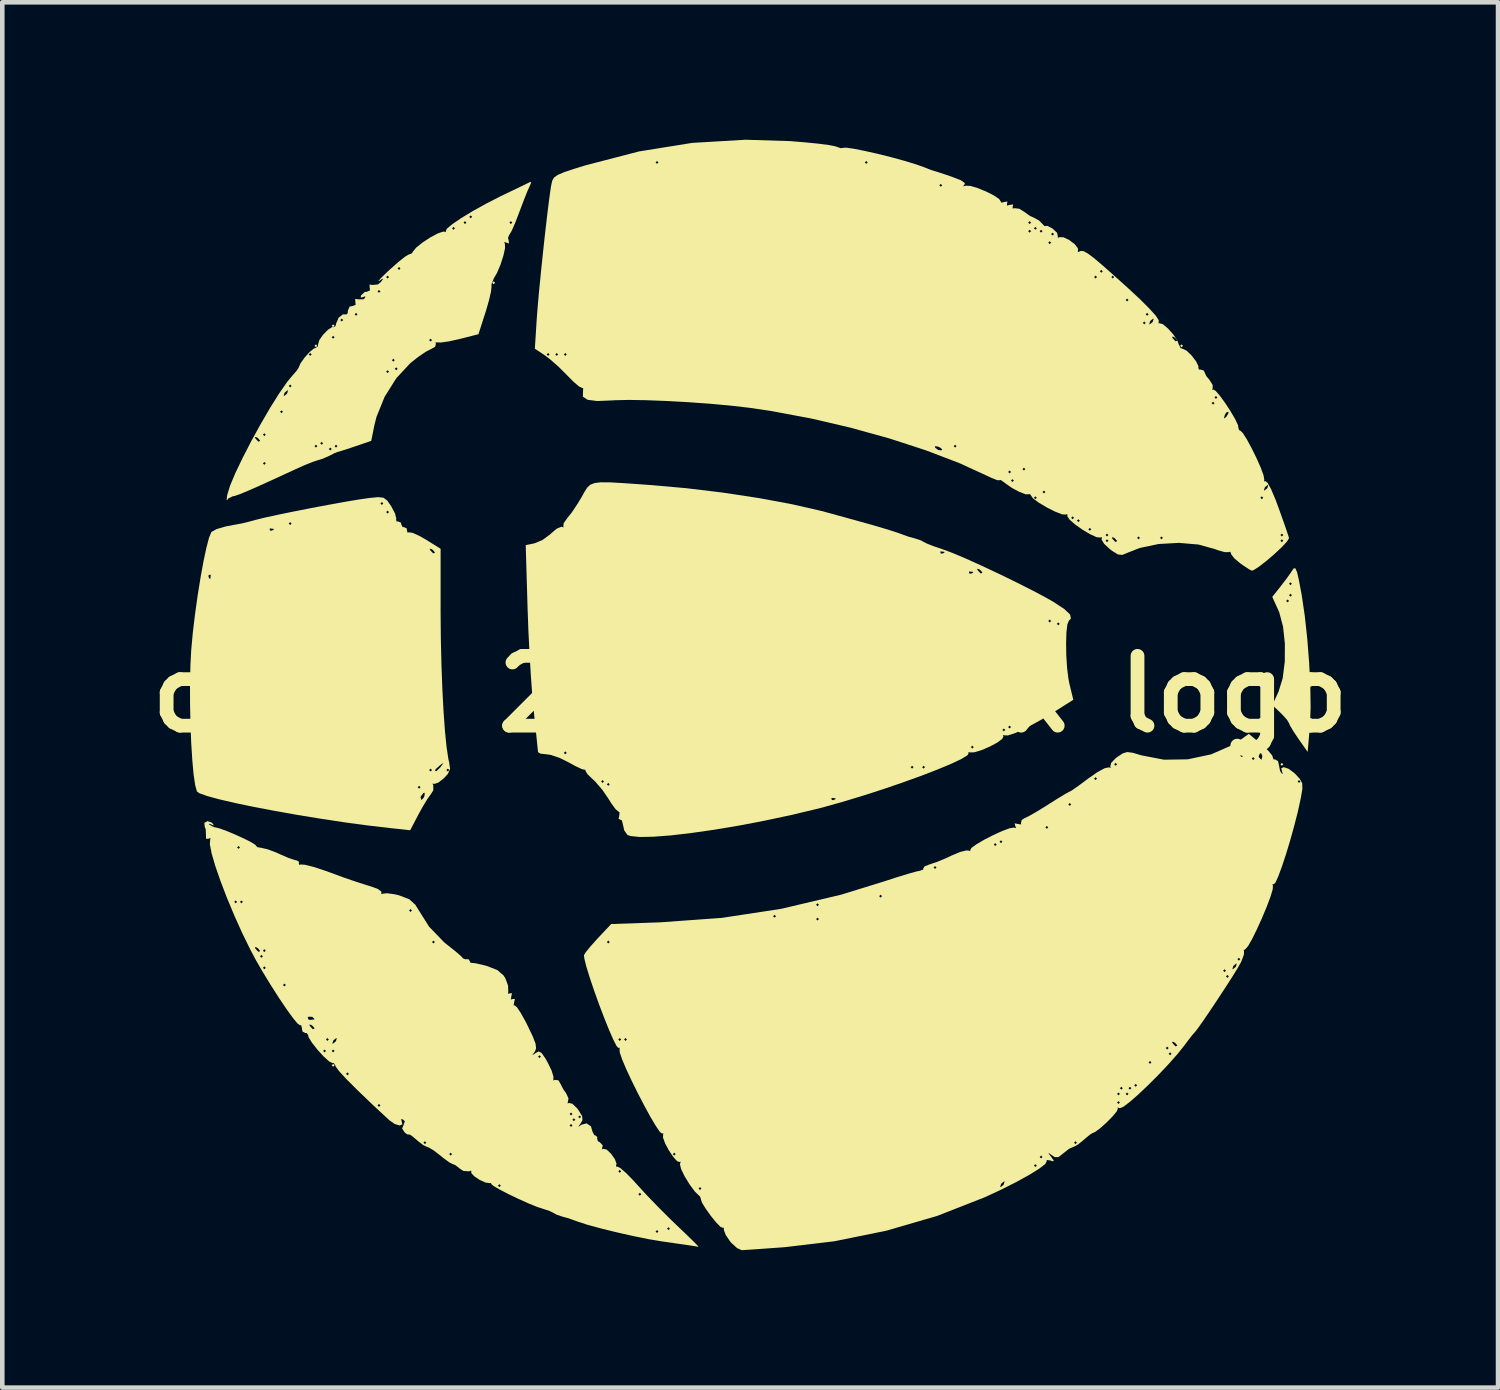
<source format=kicad_pcb>
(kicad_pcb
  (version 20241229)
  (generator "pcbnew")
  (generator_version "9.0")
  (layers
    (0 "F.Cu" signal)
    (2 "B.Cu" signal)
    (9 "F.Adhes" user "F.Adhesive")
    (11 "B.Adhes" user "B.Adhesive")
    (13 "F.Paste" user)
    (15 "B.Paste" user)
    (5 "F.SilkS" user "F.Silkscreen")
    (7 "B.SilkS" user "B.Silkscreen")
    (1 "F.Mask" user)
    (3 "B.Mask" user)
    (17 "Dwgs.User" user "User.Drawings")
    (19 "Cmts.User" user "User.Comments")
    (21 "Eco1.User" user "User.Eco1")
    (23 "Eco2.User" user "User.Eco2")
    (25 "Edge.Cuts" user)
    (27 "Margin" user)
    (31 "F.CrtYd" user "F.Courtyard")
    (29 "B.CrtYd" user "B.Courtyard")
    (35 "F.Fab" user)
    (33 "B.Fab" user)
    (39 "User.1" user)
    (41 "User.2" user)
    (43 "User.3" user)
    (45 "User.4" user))
  (footprint "circle 25x25 pwx logo"
    (layer "F.Cu")
    (at 13.324 12.1)
    (property "Reference" "circle 25x25 pwx logo" (at 0 0 0) (layer "F.SilkS") (effects (font (size 1.524 1.524) (thickness 0.3))))
    (attr board_only exclude_from_pos_files exclude_from_bom)
    (fp_poly (pts (xy -9.447 -7.601) (xy -9.478 -7.57) (xy -9.509 -7.601) (xy -9.478 -7.633)) (stroke (width 0) (type solid)) (fill yes) (layer "F.SilkS"))
    (fp_poly (pts (xy -9.071 -8.039) (xy -9.103 -8.008) (xy -9.134 -8.039) (xy -9.103 -8.07)) (stroke (width 0) (type solid)) (fill yes) (layer "F.SilkS"))
    (fp_poly (pts (xy -9.071 8.102) (xy -9.103 8.133) (xy -9.134 8.102) (xy -9.103 8.07)) (stroke (width 0) (type solid)) (fill yes) (layer "F.SilkS"))
    (fp_poly (pts (xy -5.568 -8.978) (xy -5.599 -8.946) (xy -5.631 -8.978) (xy -5.599 -9.009)) (stroke (width 0) (type solid)) (fill yes) (layer "F.SilkS"))
    (fp_poly (pts (xy 9.447 -7.601) (xy 9.416 -7.57) (xy 9.384 -7.601) (xy 9.416 -7.633)) (stroke (width 0) (type solid)) (fill yes) (layer "F.SilkS"))
    (fp_poly (pts (xy 11.636 1.533) (xy 11.605 1.564) (xy 11.574 1.533) (xy 11.605 1.501)) (stroke (width 0) (type solid)) (fill yes) (layer "F.SilkS"))
    (fp_poly (pts (xy 11.902 -2.741) (xy 11.938 -2.659) (xy 11.978 -2.483) (xy 12.031 -2.201) (xy 12.039 -2.158) (xy 12.105 -1.71) (xy 12.16 -1.206) (xy 12.201 -0.681) (xy 12.226 -0.17) (xy 12.233 0.291) (xy 12.22 0.67) (xy 12.217 0.709) (xy 12.168 1.262) (xy 11.965 0.973) (xy 11.854 0.807) (xy 11.78 0.681) (xy 11.762 0.635) (xy 11.72 0.565) (xy 11.617 0.449) (xy 11.58 0.413) (xy 11.398 0.239) (xy 11.533 -0.053) (xy 11.623 -0.344) (xy 11.669 -0.708) (xy 11.671 -1.1) (xy 11.631 -1.474) (xy 11.548 -1.785) (xy 11.53 -1.827) (xy 11.436 -2.033) (xy 11.699 -2.033) (xy 11.73 -2.002) (xy 11.762 -2.033) (xy 11.73 -2.065) (xy 11.699 -2.033) (xy 11.436 -2.033) (xy 11.396 -2.122) (xy 11.425 -2.158) (xy 11.762 -2.158) (xy 11.793 -2.127) (xy 11.824 -2.158) (xy 11.793 -2.19) (xy 11.762 -2.158) (xy 11.425 -2.158) (xy 11.584 -2.359) (xy 11.622 -2.409) (xy 11.762 -2.409) (xy 11.793 -2.377) (xy 11.824 -2.409) (xy 11.793 -2.44) (xy 11.762 -2.409) (xy 11.622 -2.409) (xy 11.708 -2.52) (xy 11.801 -2.652) (xy 11.825 -2.69) (xy 11.867 -2.747)) (stroke (width 0) (type solid)) (fill yes) (layer "F.SilkS"))
    (fp_poly (pts (xy -8.004 -4.286) (xy -7.924 -4.227) (xy -7.838 -4.104) (xy -7.834 -4.097) (xy -7.753 -3.945) (xy -7.724 -3.834) (xy -7.729 -3.812) (xy -7.718 -3.767) (xy -7.684 -3.768) (xy -7.619 -3.74) (xy -7.617 -3.707) (xy -7.586 -3.645) (xy -7.554 -3.644) (xy -7.494 -3.613) (xy -7.493 -3.577) (xy -7.477 -3.523) (xy -7.451 -3.531) (xy -7.371 -3.52) (xy -7.222 -3.454) (xy -7.075 -3.37) (xy -6.757 -3.172) (xy -6.757 -1.786) (xy -6.752 -1.219) (xy -6.739 -0.657) (xy -6.719 -0.119) (xy -6.693 0.375) (xy -6.662 0.808) (xy -6.626 1.161) (xy -6.588 1.414) (xy -6.572 1.48) (xy -6.55 1.628) (xy -6.597 1.742) (xy -6.689 1.841) (xy -6.811 1.934) (xy -6.9 1.962) (xy -6.912 1.956) (xy -6.934 1.954) (xy -6.917 1.99) (xy -6.916 2.099) (xy -6.965 2.178) (xy -7.045 2.289) (xy -7.153 2.469) (xy -7.241 2.628) (xy -7.421 2.972) (xy -7.855 2.925) (xy -8.334 2.869) (xy -8.84 2.801) (xy -9.358 2.723) (xy -9.873 2.639) (xy -10.368 2.551) (xy -10.83 2.463) (xy -11.241 2.378) (xy -11.587 2.297) (xy -11.739 2.256) (xy -7.195 2.256) (xy -7.174 2.313) (xy -7.128 2.263) (xy -7.108 2.218) (xy -7.104 2.153) (xy -7.133 2.159) (xy -7.192 2.239) (xy -7.195 2.256) (xy -11.739 2.256) (xy -11.851 2.225) (xy -12.02 2.165) (xy -12.075 2.127) (xy -12.101 2.033) (xy -7.257 2.033) (xy -7.226 2.065) (xy -7.195 2.033) (xy -7.226 2.002) (xy -7.257 2.033) (xy -12.101 2.033) (xy -12.113 1.992) (xy -12.148 1.755) (xy -12.157 1.658) (xy -7.007 1.658) (xy -6.976 1.689) (xy -6.952 1.666) (xy -6.882 1.666) (xy -6.851 1.684) (xy -6.824 1.658) (xy -6.632 1.658) (xy -6.6 1.689) (xy -6.569 1.658) (xy -6.6 1.627) (xy -6.632 1.658) (xy -6.824 1.658) (xy -6.768 1.604) (xy -6.749 1.58) (xy -6.695 1.506) (xy -6.727 1.521) (xy -6.772 1.556) (xy -6.859 1.633) (xy -6.882 1.666) (xy -6.952 1.666) (xy -6.944 1.658) (xy -6.976 1.627) (xy -7.007 1.658) (xy -12.157 1.658) (xy -12.177 1.435) (xy -12.201 1.056) (xy -12.217 0.639) (xy -12.226 0.205) (xy -12.227 -0.223) (xy -12.218 -0.624) (xy -12.2 -0.964) (xy -12.166 -1.335) (xy -12.118 -1.735) (xy -12.061 -2.143) (xy -11.998 -2.536) (xy -11.993 -2.565) (xy -11.824 -2.565) (xy -11.801 -2.514) (xy -11.782 -2.523) (xy -11.775 -2.598) (xy -11.782 -2.607) (xy -11.82 -2.598) (xy -11.824 -2.565) (xy -11.993 -2.565) (xy -11.933 -2.894) (xy -11.874 -3.173) (xy -6.997 -3.173) (xy -6.982 -3.138) (xy -6.919 -3.071) (xy -6.882 -3.084) (xy -6.882 -3.093) (xy -6.926 -3.146) (xy -6.954 -3.165) (xy -6.997 -3.173) (xy -11.874 -3.173) (xy -11.869 -3.194) (xy -11.811 -3.415) (xy -11.761 -3.535) (xy -11.757 -3.54) (xy -11.649 -3.6) (xy -11.624 -3.608) (xy -10.489 -3.608) (xy -10.481 -3.571) (xy -10.448 -3.566) (xy -10.396 -3.589) (xy -10.406 -3.608) (xy -10.48 -3.615) (xy -10.489 -3.608) (xy -11.624 -3.608) (xy -11.436 -3.662) (xy -11.136 -3.718) (xy -11.109 -3.722) (xy -10.072 -3.722) (xy -10.041 -3.691) (xy -10.01 -3.722) (xy -10.041 -3.754) (xy -10.072 -3.722) (xy -11.109 -3.722) (xy -11.105 -3.723) (xy -11.009 -3.745) (xy -10.846 -3.788) (xy -10.792 -3.803) (xy -10.604 -3.85) (xy -10.323 -3.911) (xy -10.025 -3.973) (xy -7.945 -3.973) (xy -7.914 -3.941) (xy -7.883 -3.973) (xy -7.914 -4.004) (xy -7.945 -3.973) (xy -10.025 -3.973) (xy -9.979 -3.982) (xy -9.6 -4.057) (xy -9.216 -4.129) (xy -9.046 -4.16) (xy -8.07 -4.16) (xy -8.039 -4.129) (xy -8.008 -4.16) (xy -8.039 -4.192) (xy -8.07 -4.16) (xy -9.046 -4.16) (xy -8.859 -4.194) (xy -8.556 -4.245) (xy -8.338 -4.277) (xy -8.321 -4.279) (xy -8.122 -4.299)) (stroke (width 0) (type solid)) (fill yes) (layer "F.SilkS"))
    (fp_poly (pts (xy -3.064 -4.622) (xy -2.785 -4.606) (xy -2.407 -4.58) (xy -2.19 -4.564) (xy -1.402 -4.495) (xy -0.604 -4.399) (xy 0.174 -4.281) (xy 0.9 -4.147) (xy 1.544 -4) (xy 1.752 -3.944) (xy 1.911 -3.9) (xy 2.149 -3.834) (xy 2.425 -3.758) (xy 2.545 -3.725) (xy 2.818 -3.647) (xy 3.064 -3.572) (xy 3.245 -3.513) (xy 3.295 -3.494) (xy 3.465 -3.433) (xy 3.592 -3.399) (xy 3.729 -3.354) (xy 3.78 -3.324) (xy 3.874 -3.278) (xy 4.045 -3.213) (xy 4.192 -3.164) (xy 4.406 -3.085) (xy 4.703 -2.96) (xy 5.055 -2.801) (xy 5.436 -2.622) (xy 5.818 -2.436) (xy 6.174 -2.256) (xy 6.477 -2.094) (xy 6.615 -2.015) (xy 6.855 -1.858) (xy 6.982 -1.738) (xy 7.001 -1.648) (xy 6.957 -1.603) (xy 6.924 -1.522) (xy 6.903 -1.347) (xy 6.896 -1.11) (xy 6.9 -0.842) (xy 6.917 -0.575) (xy 6.946 -0.339) (xy 6.966 -0.235) (xy 7.053 0.124) (xy 6.67 0.366) (xy 6.329 0.573) (xy 6.03 0.736) (xy 5.789 0.849) (xy 5.623 0.903) (xy 5.556 0.9) (xy 5.515 0.895) (xy 5.528 0.924) (xy 5.499 0.981) (xy 5.387 1.062) (xy 5.226 1.148) (xy 5.051 1.223) (xy 4.897 1.27) (xy 4.799 1.274) (xy 4.795 1.272) (xy 4.757 1.264) (xy 4.771 1.284) (xy 4.744 1.334) (xy 4.613 1.415) (xy 4.392 1.52) (xy 4.097 1.643) (xy 3.743 1.78) (xy 3.345 1.924) (xy 2.919 2.07) (xy 2.479 2.212) (xy 2.042 2.345) (xy 1.621 2.463) (xy 1.439 2.51) (xy 0.885 2.642) (xy 0.321 2.762) (xy -0.238 2.869) (xy -0.775 2.959) (xy -1.276 3.031) (xy -1.726 3.084) (xy -2.109 3.113) (xy -2.41 3.119) (xy -2.613 3.098) (xy -2.681 3.073) (xy -2.749 2.974) (xy -2.774 2.861) (xy -2.8 2.756) (xy -2.842 2.738) (xy -2.872 2.722) (xy -2.859 2.669) (xy -2.85 2.582) (xy -2.874 2.565) (xy -2.934 2.516) (xy -3.028 2.389) (xy -3.09 2.29) (xy -3.101 2.273) (xy 1.773 2.273) (xy 1.781 2.31) (xy 1.814 2.315) (xy 1.866 2.292) (xy 1.856 2.273) (xy 1.782 2.266) (xy 1.773 2.273) (xy -3.101 2.273) (xy -3.226 2.09) (xy -3.329 1.971) (xy -3.128 1.971) (xy -3.097 2.002) (xy -3.066 1.971) (xy -3.097 1.939) (xy -3.128 1.971) (xy -3.329 1.971) (xy -3.38 1.911) (xy -3.384 1.908) (xy -3.253 1.908) (xy -3.222 1.939) (xy -3.191 1.908) (xy -3.222 1.877) (xy -3.253 1.908) (xy -3.384 1.908) (xy -3.436 1.859) (xy -3.548 1.751) (xy -3.596 1.676) (xy -3.594 1.665) (xy -3.597 1.649) (xy -3.603 1.653) (xy -3.672 1.638) (xy -3.764 1.595) (xy 3.503 1.595) (xy 3.535 1.627) (xy 3.566 1.595) (xy 3.754 1.595) (xy 3.785 1.627) (xy 3.816 1.595) (xy 3.785 1.564) (xy 3.754 1.595) (xy 3.566 1.595) (xy 3.535 1.564) (xy 3.503 1.595) (xy -3.764 1.595) (xy -3.813 1.572) (xy -3.95 1.497) (xy -4.156 1.394) (xy -4.351 1.328) (xy -4.445 1.314) (xy -4.576 1.3) (xy -4.605 1.283) (xy -4.067 1.283) (xy -4.035 1.314) (xy -4.004 1.283) (xy -4.035 1.251) (xy -4.067 1.283) (xy -4.605 1.283) (xy -4.631 1.267) (xy -4.638 1.191) (xy -4.642 1.157) (xy 4.817 1.157) (xy 4.849 1.189) (xy 4.88 1.157) (xy 4.849 1.126) (xy 4.817 1.157) (xy -4.642 1.157) (xy -4.656 1.014) (xy -4.68 0.782) (xy 5.505 0.782) (xy 5.537 0.813) (xy 5.568 0.782) (xy 5.537 0.751) (xy 5.505 0.782) (xy -4.68 0.782) (xy -4.682 0.761) (xy -4.687 0.719) (xy 5.631 0.719) (xy 5.662 0.751) (xy 5.693 0.719) (xy 5.662 0.688) (xy 5.631 0.719) (xy -4.687 0.719) (xy -4.715 0.454) (xy -4.726 0.344) (xy -4.758 -0.000389) (xy -4.789 -0.433) (xy -4.817 -0.916) (xy -4.842 -1.412) (xy -4.846 -1.533) (xy 6.694 -1.533) (xy 6.725 -1.501) (xy 6.757 -1.533) (xy 6.725 -1.564) (xy 6.694 -1.533) (xy -4.846 -1.533) (xy -4.848 -1.595) (xy 6.506 -1.595) (xy 6.538 -1.564) (xy 6.569 -1.595) (xy 6.538 -1.627) (xy 6.506 -1.595) (xy -4.848 -1.595) (xy -4.859 -1.885) (xy -4.859 -1.892) (xy -4.882 -2.669) (xy 4.776 -2.669) (xy 4.784 -2.632) (xy 4.817 -2.628) (xy 4.869 -2.65) (xy 4.859 -2.669) (xy 4.785 -2.677) (xy 4.776 -2.669) (xy -4.882 -2.669) (xy -4.884 -2.735) (xy 4.952 -2.735) (xy 4.968 -2.7) (xy 5.031 -2.633) (xy 5.067 -2.646) (xy 5.067 -2.655) (xy 5.023 -2.708) (xy 4.995 -2.727) (xy 4.952 -2.735) (xy -4.884 -2.735) (xy -4.895 -3.107) (xy 4.15 -3.107) (xy 4.159 -3.07) (xy 4.192 -3.066) (xy 4.243 -3.088) (xy 4.233 -3.107) (xy 4.159 -3.115) (xy 4.15 -3.107) (xy -4.895 -3.107) (xy -4.899 -3.252) (xy -4.707 -3.291) (xy -4.534 -3.363) (xy -4.364 -3.488) (xy -4.344 -3.508) (xy -4.22 -3.612) (xy -4.122 -3.652) (xy -4.104 -3.648) (xy -4.066 -3.639) (xy -4.078 -3.656) (xy -4.071 -3.73) (xy -3.994 -3.839) (xy -3.892 -3.967) (xy -3.765 -4.158) (xy -3.679 -4.301) (xy -3.613 -4.42) (xy -3.556 -4.508) (xy -3.491 -4.569) (xy -3.399 -4.606) (xy -3.263 -4.623)) (stroke (width 0) (type solid)) (fill yes) (layer "F.SilkS"))
    (fp_poly (pts (xy -4.78 -11.162) (xy -4.809 -11.096) (xy -4.86 -10.983) (xy -4.937 -10.79) (xy -5.026 -10.555) (xy -5.043 -10.51) (xy -5.128 -10.288) (xy -5.203 -10.118) (xy -5.254 -10.028) (xy -5.262 -10.021) (xy -5.285 -9.956) (xy -5.272 -9.902) (xy -5.264 -9.835) (xy -5.317 -9.853) (xy -5.37 -9.87) (xy -5.354 -9.83) (xy -5.35 -9.734) (xy -5.387 -9.568) (xy -5.45 -9.372) (xy -5.527 -9.191) (xy -5.594 -9.077) (xy -5.646 -8.947) (xy -5.646 -8.89) (xy -5.657 -8.785) (xy -5.7 -8.599) (xy -5.766 -8.368) (xy -5.781 -8.322) (xy -5.931 -7.855) (xy -6.356 -7.747) (xy -6.576 -7.699) (xy -6.749 -7.674) (xy -6.84 -7.677) (xy -6.841 -7.677) (xy -6.872 -7.673) (xy -6.859 -7.647) (xy -6.877 -7.58) (xy -6.959 -7.535) (xy -7.08 -7.473) (xy -7.253 -7.354) (xy -7.418 -7.223) (xy -7.724 -6.895) (xy -7.979 -6.489) (xy -8.157 -6.048) (xy -8.203 -5.865) (xy -8.271 -5.527) (xy -8.624 -5.407) (xy -8.818 -5.342) (xy -8.958 -5.298) (xy -9.009 -5.284) (xy -9.082 -5.255) (xy -9.176 -5.206) (xy -9.331 -5.137) (xy -9.426 -5.108) (xy -9.541 -5.071) (xy -9.725 -4.997) (xy -9.916 -4.912) (xy -10.365 -4.705) (xy -10.712 -4.547) (xy -10.969 -4.434) (xy -11.146 -4.361) (xy -11.254 -4.324) (xy -11.296 -4.317) (xy -11.393 -4.268) (xy -11.413 -4.239) (xy -11.428 -4.235) (xy -11.417 -4.33) (xy -11.414 -4.348) (xy -11.354 -4.545) (xy -11.238 -4.822) (xy -11.135 -5.036) (xy -10.635 -5.036) (xy -10.604 -5.005) (xy -10.573 -5.036) (xy -10.604 -5.067) (xy -10.635 -5.036) (xy -11.135 -5.036) (xy -11.079 -5.154) (xy -10.978 -5.349) (xy -9.197 -5.349) (xy -9.165 -5.318) (xy -9.134 -5.349) (xy -9.165 -5.38) (xy -9.197 -5.349) (xy -10.978 -5.349) (xy -10.946 -5.412) (xy -9.509 -5.412) (xy -9.478 -5.38) (xy -9.447 -5.412) (xy -9.071 -5.412) (xy -9.04 -5.38) (xy -9.009 -5.412) (xy -9.04 -5.443) (xy -9.071 -5.412) (xy -9.447 -5.412) (xy -9.478 -5.443) (xy -9.509 -5.412) (xy -10.946 -5.412) (xy -10.914 -5.474) (xy -9.384 -5.474) (xy -9.353 -5.443) (xy -9.322 -5.474) (xy -9.353 -5.505) (xy -9.384 -5.474) (xy -10.914 -5.474) (xy -10.891 -5.519) (xy -10.839 -5.613) (xy -10.813 -5.613) (xy -10.798 -5.578) (xy -10.735 -5.51) (xy -10.699 -5.524) (xy -10.698 -5.533) (xy -10.742 -5.586) (xy -10.77 -5.605) (xy -10.813 -5.613) (xy -10.839 -5.613) (xy -10.812 -5.662) (xy -10.635 -5.662) (xy -10.604 -5.631) (xy -10.573 -5.662) (xy -10.604 -5.693) (xy -10.635 -5.662) (xy -10.812 -5.662) (xy -10.686 -5.891) (xy -10.528 -6.162) (xy -10.26 -6.162) (xy -10.229 -6.131) (xy -10.198 -6.162) (xy -10.229 -6.194) (xy -10.26 -6.162) (xy -10.528 -6.162) (xy -10.479 -6.247) (xy -10.314 -6.51) (xy -10.182 -6.51) (xy -10.174 -6.506) (xy -10.117 -6.55) (xy -10.104 -6.569) (xy -10.088 -6.627) (xy -10.096 -6.632) (xy -10.153 -6.587) (xy -10.166 -6.569) (xy -10.182 -6.51) (xy -10.314 -6.51) (xy -10.282 -6.561) (xy -10.167 -6.725) (xy -10.072 -6.725) (xy -10.041 -6.694) (xy -10.01 -6.725) (xy -10.041 -6.757) (xy -10.072 -6.725) (xy -10.167 -6.725) (xy -10.108 -6.811) (xy -9.999 -6.943) (xy -9.916 -7.038) (xy -7.945 -7.038) (xy -7.914 -7.007) (xy -7.883 -7.038) (xy -7.914 -7.069) (xy -7.945 -7.038) (xy -9.916 -7.038) (xy -9.901 -7.056) (xy -9.871 -7.101) (xy -7.758 -7.101) (xy -7.726 -7.069) (xy -7.695 -7.101) (xy -7.726 -7.132) (xy -7.758 -7.101) (xy -9.871 -7.101) (xy -9.854 -7.127) (xy -9.853 -7.131) (xy -9.815 -7.22) (xy -9.766 -7.288) (xy -7.82 -7.288) (xy -7.789 -7.257) (xy -7.758 -7.288) (xy -7.789 -7.32) (xy -7.82 -7.288) (xy -9.766 -7.288) (xy -9.725 -7.346) (xy -9.664 -7.414) (xy -9.634 -7.414) (xy -9.603 -7.382) (xy -9.572 -7.414) (xy -9.603 -7.445) (xy -9.634 -7.414) (xy -9.664 -7.414) (xy -9.615 -7.467) (xy -9.522 -7.544) (xy -9.49 -7.553) (xy -9.434 -7.589) (xy -9.431 -7.637) (xy -9.404 -7.726) (xy -7.007 -7.726) (xy -6.976 -7.695) (xy -6.944 -7.726) (xy -6.976 -7.758) (xy -7.007 -7.726) (xy -9.404 -7.726) (xy -9.403 -7.729) (xy -9.361 -7.789) (xy -9.134 -7.789) (xy -9.103 -7.758) (xy -9.071 -7.789) (xy -9.103 -7.82) (xy -9.134 -7.789) (xy -9.361 -7.789) (xy -9.32 -7.846) (xy -9.216 -7.952) (xy -9.124 -8.011) (xy -9.088 -8.008) (xy -9.052 -8.032) (xy -9.035 -8.095) (xy -9.004 -8.164) (xy -8.946 -8.164) (xy -8.915 -8.133) (xy -8.884 -8.164) (xy -8.915 -8.196) (xy -8.946 -8.164) (xy -9.004 -8.164) (xy -8.981 -8.217) (xy -8.889 -8.289) (xy -8.816 -8.286) (xy -8.812 -8.289) (xy -8.633 -8.289) (xy -8.602 -8.258) (xy -8.571 -8.289) (xy -8.602 -8.321) (xy -8.633 -8.289) (xy -8.812 -8.289) (xy -8.784 -8.313) (xy -8.781 -8.368) (xy -8.743 -8.458) (xy -8.685 -8.469) (xy -8.611 -8.497) (xy -8.618 -8.558) (xy -8.621 -8.626) (xy -8.553 -8.616) (xy -8.444 -8.616) (xy -8.407 -8.646) (xy -8.402 -8.685) (xy -8.444 -8.666) (xy -8.501 -8.655) (xy -8.494 -8.703) (xy -8.414 -8.776) (xy -8.366 -8.782) (xy -8.348 -8.79) (xy -8.133 -8.79) (xy -8.102 -8.759) (xy -8.07 -8.79) (xy -8.102 -8.821) (xy -8.133 -8.79) (xy -8.348 -8.79) (xy -8.297 -8.812) (xy -8.305 -8.871) (xy -8.308 -8.939) (xy -8.242 -8.93) (xy -8.124 -8.942) (xy -8.059 -8.997) (xy -8.009 -9.067) (xy -8.043 -9.056) (xy -8.102 -9.017) (xy -8.118 -9.016) (xy -8.054 -9.085) (xy -8.036 -9.103) (xy -7.945 -9.103) (xy -7.914 -9.071) (xy -7.883 -9.103) (xy -7.914 -9.134) (xy -7.945 -9.103) (xy -8.036 -9.103) (xy -7.925 -9.211) (xy -7.853 -9.278) (xy -7.838 -9.29) (xy -7.695 -9.29) (xy -7.664 -9.259) (xy -7.633 -9.29) (xy -7.664 -9.322) (xy -7.695 -9.29) (xy -7.838 -9.29) (xy -7.675 -9.435) (xy -7.532 -9.548) (xy -7.447 -9.598) (xy -7.437 -9.598) (xy -7.382 -9.622) (xy -7.363 -9.656) (xy -7.291 -9.744) (xy -7.153 -9.855) (xy -6.985 -9.966) (xy -6.822 -10.053) (xy -6.702 -10.095) (xy -6.67 -10.092) (xy -6.633 -10.084) (xy -6.646 -10.103) (xy -6.62 -10.159) (xy -6.611 -10.166) (xy -6.506 -10.166) (xy -6.475 -10.135) (xy -6.444 -10.166) (xy -6.475 -10.198) (xy -6.506 -10.166) (xy -6.611 -10.166) (xy -6.501 -10.258) (xy -6.452 -10.291) (xy -6.256 -10.291) (xy -6.225 -10.26) (xy -6.194 -10.291) (xy -5.255 -10.291) (xy -5.224 -10.26) (xy -5.193 -10.291) (xy -5.224 -10.323) (xy -5.255 -10.291) (xy -6.194 -10.291) (xy -6.225 -10.323) (xy -6.256 -10.291) (xy -6.452 -10.291) (xy -6.306 -10.39) (xy -6.262 -10.417) (xy -6.131 -10.417) (xy -6.1 -10.385) (xy -6.068 -10.417) (xy -6.1 -10.448) (xy -6.131 -10.417) (xy -6.262 -10.417) (xy -6.054 -10.543) (xy -5.763 -10.705) (xy -5.452 -10.864) (xy -5.349 -10.914) (xy -5.119 -11.024) (xy -4.932 -11.114) (xy -4.817 -11.171) (xy -4.797 -11.182)) (stroke (width 0) (type solid)) (fill yes) (layer "F.SilkS"))
    (fp_poly (pts (xy -11.757 2.802) (xy -11.74 2.817) (xy -11.702 2.869) (xy -11.762 2.846) (xy -11.818 2.827) (xy -11.804 2.851) (xy -11.7 2.906) (xy -11.679 2.908) (xy -11.581 2.932) (xy -11.419 2.991) (xy -11.227 3.072) (xy -11.037 3.159) (xy -10.882 3.238) (xy -10.795 3.294) (xy -10.788 3.309) (xy -10.754 3.342) (xy -10.673 3.355) (xy -10.534 3.387) (xy -10.345 3.458) (xy -10.261 3.496) (xy -10.082 3.574) (xy -9.941 3.622) (xy -9.901 3.629) (xy -9.845 3.662) (xy -9.853 3.69) (xy -9.844 3.727) (xy -9.806 3.719) (xy -9.713 3.726) (xy -9.534 3.771) (xy -9.301 3.847) (xy -9.161 3.897) (xy -8.876 4.002) (xy -8.596 4.098) (xy -8.369 4.171) (xy -8.306 4.189) (xy -8.136 4.249) (xy -8.052 4.308) (xy -8.05 4.334) (xy -8.049 4.369) (xy -8.022 4.357) (xy -7.926 4.347) (xy -7.758 4.37) (xy -7.662 4.393) (xy -7.439 4.479) (xy -7.306 4.601) (xy -7.282 4.642) (xy -7.006 5.08) (xy -6.672 5.425) (xy -6.587 5.492) (xy -6.424 5.621) (xy -6.307 5.723) (xy -6.266 5.769) (xy -6.206 5.792) (xy -6.188 5.784) (xy -6.135 5.794) (xy -6.131 5.815) (xy -6.098 5.868) (xy -6.084 5.867) (xy -6.001 5.874) (xy -5.842 5.91) (xy -5.737 5.938) (xy -5.517 6.024) (xy -5.382 6.142) (xy -5.341 6.208) (xy -5.285 6.362) (xy -5.28 6.481) (xy -5.281 6.484) (xy -5.283 6.544) (xy -5.244 6.531) (xy -5.198 6.529) (xy -5.213 6.593) (xy -5.223 6.667) (xy -5.181 6.656) (xy -5.135 6.654) (xy -5.15 6.718) (xy -5.163 6.793) (xy -5.141 6.795) (xy -5.093 6.832) (xy -5.008 6.959) (xy -4.9 7.152) (xy -4.858 7.236) (xy -4.744 7.475) (xy -4.684 7.632) (xy -4.672 7.733) (xy -4.699 7.803) (xy -4.705 7.811) (xy -4.755 7.88) (xy -4.717 7.86) (xy -4.683 7.834) (xy -4.615 7.8) (xy -4.552 7.834) (xy -4.469 7.954) (xy -4.418 8.044) (xy -4.334 8.218) (xy -4.293 8.353) (xy -4.296 8.4) (xy -4.296 8.435) (xy -4.263 8.42) (xy -4.186 8.43) (xy -4.15 8.489) (xy -4.075 8.632) (xy -4.02 8.708) (xy -3.966 8.822) (xy -3.976 8.889) (xy -3.987 8.937) (xy -3.956 8.924) (xy -3.88 8.942) (xy -3.778 9.04) (xy -3.753 9.073) (xy -3.668 9.21) (xy -3.66 9.301) (xy -3.701 9.371) (xy -3.753 9.443) (xy -3.721 9.428) (xy -3.687 9.401) (xy -3.569 9.37) (xy -3.474 9.436) (xy -3.441 9.553) (xy -3.4 9.628) (xy -3.375 9.634) (xy -3.335 9.672) (xy -3.343 9.69) (xy -3.326 9.756) (xy -3.28 9.784) (xy -3.218 9.85) (xy -3.228 9.894) (xy -3.235 9.938) (xy -3.205 9.925) (xy -3.132 9.942) (xy -3.038 10.031) (xy -2.955 10.148) (xy -2.916 10.251) (xy -2.927 10.288) (xy -2.926 10.317) (xy -2.902 10.312) (xy -2.832 10.347) (xy -2.705 10.457) (xy -2.544 10.622) (xy -2.476 10.698) (xy -2.271 10.922) (xy -2.015 11.188) (xy -1.747 11.456) (xy -1.608 11.59) (xy -1.407 11.781) (xy -1.249 11.935) (xy -1.15 12.035) (xy -1.126 12.066) (xy -1.205 12.051) (xy -1.314 12.034) (xy -1.452 12.014) (xy -1.669 11.983) (xy -1.92 11.947) (xy -1.939 11.944) (xy -2.225 11.896) (xy -2.564 11.827) (xy -2.922 11.746) (xy -2.986 11.73) (xy -2.065 11.73) (xy -2.033 11.762) (xy -2.002 11.73) (xy -2.033 11.699) (xy -2.065 11.73) (xy -2.986 11.73) (xy -3.239 11.668) (xy -1.814 11.668) (xy -1.783 11.699) (xy -1.752 11.668) (xy -1.783 11.636) (xy -1.814 11.668) (xy -3.239 11.668) (xy -3.265 11.661) (xy -3.559 11.581) (xy -3.77 11.512) (xy -3.797 11.502) (xy -3.967 11.441) (xy -4.093 11.407) (xy -4.229 11.361) (xy -4.281 11.331) (xy -4.39 11.277) (xy -4.508 11.24) (xy -4.646 11.195) (xy -4.838 11.117) (xy -5.056 11.019) (xy -5.269 10.917) (xy -2.44 10.917) (xy -2.409 10.948) (xy -2.377 10.917) (xy -2.409 10.886) (xy -2.44 10.917) (xy -5.269 10.917) (xy -5.274 10.915) (xy -5.464 10.816) (xy -5.601 10.737) (xy -5.61 10.729) (xy -5.505 10.729) (xy -5.474 10.761) (xy -5.443 10.729) (xy -5.474 10.698) (xy -5.505 10.729) (xy -5.61 10.729) (xy -5.656 10.69) (xy -5.654 10.685) (xy -5.648 10.67) (xy -5.679 10.675) (xy -5.776 10.662) (xy -5.904 10.604) (xy -6.021 10.526) (xy -6.088 10.454) (xy -6.086 10.423) (xy -6.088 10.417) (xy -2.878 10.417) (xy -2.847 10.448) (xy -2.815 10.417) (xy -2.847 10.385) (xy -2.878 10.417) (xy -6.088 10.417) (xy -6.092 10.403) (xy -6.141 10.417) (xy -6.26 10.408) (xy -6.337 10.358) (xy -6.438 10.279) (xy -6.489 10.26) (xy -6.565 10.223) (xy -6.695 10.128) (xy -6.759 10.075) (xy -6.803 10.041) (xy -6.569 10.041) (xy -6.538 10.072) (xy -6.506 10.041) (xy -6.538 10.01) (xy -6.569 10.041) (xy -6.803 10.041) (xy -6.904 9.963) (xy -7.017 9.895) (xy -7.045 9.887) (xy -7.133 9.846) (xy -7.205 9.791) (xy -7.132 9.791) (xy -7.101 9.822) (xy -7.069 9.791) (xy -7.101 9.76) (xy -7.132 9.791) (xy -7.205 9.791) (xy -7.26 9.749) (xy -7.279 9.731) (xy -7.386 9.641) (xy -7.442 9.61) (xy -7.445 9.614) (xy -7.484 9.611) (xy -7.539 9.571) (xy -7.598 9.48) (xy -7.569 9.416) (xy -3.941 9.416) (xy -3.91 9.447) (xy -3.879 9.416) (xy -3.91 9.384) (xy -3.941 9.416) (xy -7.569 9.416) (xy -7.568 9.413) (xy -7.538 9.326) (xy -7.573 9.29) (xy -3.879 9.29) (xy -3.848 9.322) (xy -3.816 9.29) (xy -3.848 9.259) (xy -3.879 9.29) (xy -7.573 9.29) (xy -7.577 9.286) (xy -7.623 9.276) (xy -7.61 9.308) (xy -7.591 9.39) (xy -7.651 9.416) (xy -7.759 9.383) (xy -7.871 9.305) (xy -7.955 9.228) (xy -3.754 9.228) (xy -3.722 9.259) (xy -3.691 9.228) (xy -3.722 9.197) (xy -3.754 9.228) (xy -7.955 9.228) (xy -8.022 9.165) (xy -3.941 9.165) (xy -3.91 9.197) (xy -3.879 9.165) (xy -3.91 9.134) (xy -3.941 9.165) (xy -8.022 9.165) (xy -8.224 8.978) (xy -8.133 8.978) (xy -8.102 9.009) (xy -8.07 8.978) (xy -8.102 8.946) (xy -8.133 8.978) (xy -8.224 8.978) (xy -8.248 8.955) (xy -8.561 8.656) (xy -8.803 8.414) (xy -8.919 8.289) (xy -8.821 8.289) (xy -8.79 8.321) (xy -8.759 8.289) (xy -8.79 8.258) (xy -8.821 8.289) (xy -8.919 8.289) (xy -8.967 8.237) (xy -9.047 8.131) (xy -9.053 8.109) (xy -9.087 8.054) (xy -9.116 8.054) (xy -9.192 8.017) (xy -9.305 7.914) (xy -4.63 7.914) (xy -4.598 7.945) (xy -4.567 7.914) (xy -4.598 7.883) (xy -4.63 7.914) (xy -9.305 7.914) (xy -9.31 7.909) (xy -9.42 7.789) (xy -9.322 7.789) (xy -9.29 7.82) (xy -9.259 7.789) (xy -9.134 7.789) (xy -9.103 7.82) (xy -9.071 7.789) (xy -9.103 7.758) (xy -9.134 7.789) (xy -9.259 7.789) (xy -9.29 7.758) (xy -9.322 7.789) (xy -9.42 7.789) (xy -9.443 7.764) (xy -9.55 7.628) (xy -9.119 7.628) (xy -9.11 7.633) (xy -9.053 7.588) (xy -9.04 7.57) (xy -9.024 7.511) (xy -9.033 7.507) (xy -9.09 7.551) (xy -9.103 7.57) (xy -9.119 7.628) (xy -9.55 7.628) (xy -9.562 7.614) (xy -9.608 7.539) (xy -9.259 7.539) (xy -9.228 7.57) (xy -9.197 7.539) (xy -9.228 7.507) (xy -9.259 7.539) (xy -9.608 7.539) (xy -9.638 7.492) (xy -9.65 7.439) (xy -9.682 7.397) (xy -9.713 7.398) (xy -9.774 7.362) (xy -9.782 7.305) (xy -9.798 7.229) (xy -9.825 7.228) (xy -9.848 7.213) (xy -9.624 7.213) (xy -9.609 7.247) (xy -9.546 7.315) (xy -9.51 7.301) (xy -9.509 7.292) (xy -9.554 7.239) (xy -9.582 7.22) (xy -9.624 7.213) (xy -9.848 7.213) (xy -9.879 7.192) (xy -9.982 7.067) (xy -9.988 7.058) (xy -9.659 7.058) (xy -9.64 7.105) (xy -9.6 7.111) (xy -9.519 7.102) (xy -9.509 7.094) (xy -9.556 7.045) (xy -9.636 7.041) (xy -9.659 7.058) (xy -9.988 7.058) (xy -10.122 6.873) (xy -10.286 6.63) (xy -10.46 6.357) (xy -10.465 6.35) (xy -10.198 6.35) (xy -10.166 6.381) (xy -10.135 6.35) (xy -10.166 6.319) (xy -10.198 6.35) (xy -10.465 6.35) (xy -10.633 6.074) (xy -10.691 5.975) (xy -10.635 5.975) (xy -10.604 6.006) (xy -10.573 5.975) (xy -10.604 5.943) (xy -10.635 5.975) (xy -10.691 5.975) (xy -10.792 5.8) (xy -10.832 5.724) (xy -10.698 5.724) (xy -10.667 5.756) (xy -10.635 5.724) (xy -10.667 5.693) (xy -10.698 5.724) (xy -10.832 5.724) (xy -10.899 5.599) (xy -10.937 5.523) (xy -10.813 5.523) (xy -10.798 5.558) (xy -10.735 5.625) (xy -10.699 5.612) (xy -10.698 5.603) (xy -10.701 5.599) (xy -10.635 5.599) (xy -10.604 5.631) (xy -10.573 5.599) (xy -10.604 5.568) (xy -10.635 5.599) (xy -10.701 5.599) (xy -10.742 5.55) (xy -10.77 5.531) (xy -10.813 5.523) (xy -10.937 5.523) (xy -10.991 5.412) (xy -6.944 5.412) (xy -6.913 5.443) (xy -6.882 5.412) (xy -6.913 5.38) (xy -6.944 5.412) (xy -10.991 5.412) (xy -11.083 5.225) (xy -11.259 4.834) (xy -11.305 4.723) (xy -7.445 4.723) (xy -7.414 4.755) (xy -7.382 4.723) (xy -7.414 4.692) (xy -7.445 4.723) (xy -11.305 4.723) (xy -11.383 4.536) (xy -11.261 4.536) (xy -11.23 4.567) (xy -11.199 4.536) (xy -11.136 4.536) (xy -11.105 4.567) (xy -11.073 4.536) (xy -11.105 4.504) (xy -11.136 4.536) (xy -11.199 4.536) (xy -11.23 4.504) (xy -11.261 4.536) (xy -11.383 4.536) (xy -11.422 4.444) (xy -11.563 4.075) (xy -11.677 3.745) (xy -11.756 3.473) (xy -11.78 3.347) (xy -11.199 3.347) (xy -11.167 3.378) (xy -11.136 3.347) (xy -11.167 3.316) (xy -11.199 3.347) (xy -11.78 3.347) (xy -11.794 3.277) (xy -11.786 3.179) (xy -11.78 3.139) (xy -11.82 3.157) (xy -11.877 3.159) (xy -11.878 3.088) (xy -11.884 2.951) (xy -11.905 2.898) (xy -11.914 2.813) (xy -11.848 2.773)) (stroke (width 0) (type solid)) (fill yes) (layer "F.SilkS"))
    (fp_poly (pts (xy 11.164 1.102) (xy 11.308 1.235) (xy 11.396 1.342) (xy 11.41 1.389) (xy 11.425 1.427) (xy 11.457 1.425) (xy 11.521 1.463) (xy 11.54 1.543) (xy 11.566 1.676) (xy 11.6 1.731) (xy 11.629 1.74) (xy 11.614 1.709) (xy 11.592 1.62) (xy 11.648 1.595) (xy 11.753 1.631) (xy 11.878 1.724) (xy 11.897 1.742) (xy 12 1.855) (xy 12.049 1.948) (xy 12.053 2.067) (xy 12.021 2.257) (xy 12.013 2.297) (xy 11.953 2.571) (xy 11.875 2.877) (xy 11.787 3.193) (xy 11.695 3.497) (xy 11.606 3.766) (xy 11.527 3.979) (xy 11.466 4.114) (xy 11.43 4.149) (xy 11.397 4.151) (xy 11.411 4.182) (xy 11.405 4.264) (xy 11.355 4.428) (xy 11.273 4.646) (xy 11.171 4.89) (xy 11.061 5.132) (xy 10.957 5.344) (xy 10.869 5.498) (xy 10.81 5.567) (xy 10.805 5.568) (xy 10.77 5.594) (xy 10.779 5.607) (xy 10.778 5.682) (xy 10.727 5.821) (xy 10.702 5.873) (xy 10.631 5.996) (xy 10.513 6.187) (xy 10.363 6.42) (xy 10.198 6.671) (xy 10.034 6.917) (xy 9.887 7.133) (xy 9.772 7.295) (xy 9.707 7.379) (xy 9.703 7.382) (xy 9.646 7.447) (xy 9.545 7.578) (xy 9.481 7.664) (xy 9.328 7.856) (xy 9.132 8.077) (xy 8.912 8.31) (xy 8.686 8.536) (xy 8.471 8.74) (xy 8.284 8.903) (xy 8.145 9.008) (xy 8.07 9.039) (xy 8.067 9.038) (xy 8.017 9.024) (xy 8.026 9.049) (xy 7.999 9.112) (xy 7.906 9.223) (xy 7.776 9.354) (xy 7.64 9.476) (xy 7.528 9.558) (xy 7.48 9.577) (xy 7.418 9.614) (xy 7.305 9.708) (xy 7.281 9.73) (xy 7.153 9.833) (xy 7.058 9.884) (xy 7.049 9.885) (xy 6.961 9.924) (xy 6.841 10.019) (xy 6.841 10.019) (xy 6.73 10.106) (xy 6.648 10.107) (xy 6.586 10.066) (xy 6.512 10.011) (xy 6.523 10.039) (xy 6.569 10.1) (xy 6.629 10.186) (xy 6.603 10.197) (xy 6.55 10.179) (xy 6.474 10.168) (xy 6.473 10.194) (xy 6.442 10.256) (xy 6.311 10.357) (xy 6.098 10.49) (xy 5.818 10.645) (xy 5.486 10.813) (xy 5.13 10.979) (xy 4.089 11.387) (xy 2.979 11.711) (xy 1.832 11.944) (xy 0.743 12.073) (xy 0.426 12.096) (xy 0.149 12.116) (xy -0.061 12.13) (xy -0.178 12.137) (xy -0.188 12.137) (xy -0.286 12.092) (xy -0.409 11.98) (xy -0.439 11.945) (xy -0.533 11.806) (xy -0.575 11.697) (xy -0.573 11.68) (xy -0.581 11.639) (xy -0.599 11.651) (xy -0.651 11.626) (xy -0.746 11.528) (xy -0.86 11.387) (xy -0.969 11.235) (xy -1.049 11.105) (xy -1.076 11.029) (xy -1.074 11.024) (xy -1.094 10.967) (xy -1.108 10.955) (xy -1.209 10.856) (xy -1.256 10.792) (xy -1.126 10.792) (xy -1.095 10.823) (xy -1.064 10.792) (xy -1.095 10.761) (xy -1.126 10.792) (xy -1.256 10.792) (xy -1.282 10.757) (xy 5.458 10.757) (xy 5.467 10.761) (xy 5.524 10.717) (xy 5.537 10.698) (xy 5.553 10.64) (xy 5.544 10.635) (xy 5.487 10.68) (xy 5.474 10.698) (xy 5.458 10.757) (xy -1.282 10.757) (xy -1.323 10.701) (xy -1.43 10.526) (xy -1.507 10.368) (xy -1.526 10.291) (xy 6.194 10.291) (xy 6.225 10.323) (xy 6.256 10.291) (xy 6.225 10.26) (xy 6.194 10.291) (xy -1.526 10.291) (xy -1.533 10.263) (xy -1.53 10.25) (xy -1.514 10.202) (xy -1.534 10.214) (xy -1.593 10.197) (xy -1.676 10.104) (xy 6.319 10.104) (xy 6.35 10.135) (xy 6.381 10.104) (xy 6.35 10.072) (xy 6.319 10.104) (xy -1.676 10.104) (xy -1.681 10.099) (xy -1.719 10.041) (xy -1.689 10.041) (xy -1.658 10.072) (xy -1.627 10.041) (xy -1.658 10.01) (xy -1.689 10.041) (xy -1.719 10.041) (xy -1.776 9.957) (xy -1.857 9.806) (xy -1.862 9.791) (xy 7.069 9.791) (xy 7.101 9.822) (xy 7.132 9.791) (xy 7.101 9.76) (xy 7.069 9.791) (xy -1.862 9.791) (xy -1.903 9.679) (xy -1.9 9.622) (xy -1.896 9.582) (xy -1.923 9.593) (xy -1.972 9.555) (xy -2.06 9.425) (xy -2.178 9.227) (xy -2.312 8.981) (xy -2.346 8.915) (xy 8.008 8.915) (xy 8.039 8.946) (xy 8.07 8.915) (xy 8.039 8.884) (xy 8.008 8.915) (xy -2.346 8.915) (xy -2.444 8.727) (xy 8.008 8.727) (xy 8.039 8.759) (xy 8.07 8.727) (xy 8.196 8.727) (xy 8.227 8.759) (xy 8.258 8.727) (xy 8.227 8.696) (xy 8.196 8.727) (xy 8.07 8.727) (xy 8.039 8.696) (xy 8.008 8.727) (xy -2.444 8.727) (xy -2.453 8.71) (xy -2.506 8.602) (xy 8.07 8.602) (xy 8.102 8.633) (xy 8.133 8.602) (xy 8.258 8.602) (xy 8.289 8.633) (xy 8.321 8.602) (xy 8.289 8.571) (xy 8.258 8.602) (xy 8.133 8.602) (xy 8.102 8.571) (xy 8.07 8.602) (xy -2.506 8.602) (xy -2.537 8.54) (xy 8.383 8.54) (xy 8.415 8.571) (xy 8.446 8.54) (xy 8.415 8.508) (xy 8.383 8.54) (xy -2.537 8.54) (xy -2.588 8.437) (xy -2.706 8.184) (xy -2.767 8.039) (xy 8.696 8.039) (xy 8.727 8.07) (xy 8.759 8.039) (xy 8.727 8.008) (xy 8.696 8.039) (xy -2.767 8.039) (xy -2.795 7.973) (xy -2.837 7.851) (xy 9.134 7.851) (xy 9.165 7.883) (xy 9.197 7.851) (xy 9.165 7.82) (xy 9.134 7.851) (xy -2.837 7.851) (xy -2.845 7.827) (xy -2.85 7.774) (xy -2.85 7.726) (xy 9.071 7.726) (xy 9.103 7.758) (xy 9.134 7.726) (xy 9.103 7.695) (xy 9.071 7.726) (xy -2.85 7.726) (xy -2.85 7.718) (xy -2.874 7.724) (xy -2.915 7.683) (xy -2.964 7.588) (xy 9.207 7.588) (xy 9.222 7.623) (xy 9.285 7.69) (xy 9.321 7.676) (xy 9.322 7.667) (xy 9.277 7.615) (xy 9.249 7.595) (xy 9.207 7.588) (xy -2.964 7.588) (xy -2.986 7.545) (xy -2.989 7.539) (xy -2.878 7.539) (xy -2.847 7.57) (xy -2.815 7.539) (xy -2.753 7.539) (xy -2.721 7.57) (xy -2.69 7.539) (xy -2.721 7.507) (xy -2.753 7.539) (xy -2.815 7.539) (xy -2.847 7.507) (xy -2.878 7.539) (xy -2.989 7.539) (xy -3.079 7.333) (xy -3.185 7.07) (xy -3.296 6.779) (xy -3.403 6.481) (xy -3.498 6.2) (xy -3.51 6.162) (xy 10.385 6.162) (xy 10.417 6.194) (xy 10.448 6.162) (xy 10.417 6.131) (xy 10.385 6.162) (xy -3.51 6.162) (xy -3.548 6.037) (xy 10.323 6.037) (xy 10.354 6.068) (xy 10.385 6.037) (xy 10.354 6.006) (xy 10.323 6.037) (xy -3.548 6.037) (xy -3.559 6.002) (xy 10.526 6.002) (xy 10.534 6.006) (xy 10.591 5.962) (xy 10.604 5.943) (xy 10.62 5.885) (xy 10.612 5.881) (xy 10.554 5.925) (xy 10.542 5.943) (xy 10.526 6.002) (xy -3.559 6.002) (xy -3.573 5.958) (xy -3.616 5.787) (xy 10.635 5.787) (xy 10.667 5.818) (xy 10.698 5.787) (xy 10.667 5.756) (xy 10.635 5.787) (xy -3.616 5.787) (xy -3.618 5.778) (xy -3.629 5.7) (xy -3.589 5.634) (xy -3.484 5.505) (xy -3.4 5.412) (xy -3.128 5.412) (xy -3.097 5.443) (xy -3.066 5.412) (xy -3.097 5.38) (xy -3.128 5.412) (xy -3.4 5.412) (xy -3.337 5.341) (xy -3.331 5.335) (xy -3.034 5.019) (xy -1.971 4.982) (xy -0.983 4.911) (xy 1.439 4.911) (xy 1.47 4.942) (xy 1.501 4.911) (xy 1.47 4.88) (xy 1.439 4.911) (xy -0.983 4.911) (xy -0.624 4.885) (xy -0.383 4.849) (xy 0.5 4.849) (xy 0.532 4.88) (xy 0.563 4.849) (xy 0.532 4.817) (xy 0.5 4.849) (xy -0.383 4.849) (xy 0.682 4.686) (xy 1.054 4.598) (xy 1.439 4.598) (xy 1.47 4.63) (xy 1.501 4.598) (xy 1.47 4.567) (xy 1.439 4.598) (xy 1.054 4.598) (xy 1.847 4.411) (xy 2.815 4.411) (xy 2.847 4.442) (xy 2.878 4.411) (xy 2.847 4.379) (xy 2.815 4.411) (xy 1.847 4.411) (xy 1.978 4.38) (xy 2.921 4.089) (xy 3.201 3.998) (xy 3.445 3.923) (xy 3.623 3.873) (xy 3.702 3.857) (xy 3.777 3.831) (xy 3.778 3.805) (xy 3.791 3.785) (xy 4.004 3.785) (xy 4.035 3.816) (xy 4.067 3.785) (xy 4.035 3.754) (xy 4.004 3.785) (xy 3.791 3.785) (xy 3.809 3.759) (xy 3.923 3.715) (xy 4.082 3.662) (xy 4.289 3.575) (xy 4.397 3.524) (xy 4.579 3.447) (xy 4.721 3.412) (xy 4.773 3.417) (xy 4.815 3.429) (xy 4.801 3.409) (xy 4.828 3.359) (xy 4.931 3.284) (xy 5.318 3.284) (xy 5.349 3.316) (xy 5.38 3.284) (xy 5.349 3.253) (xy 5.318 3.284) (xy 4.931 3.284) (xy 4.941 3.277) (xy 5.035 3.222) (xy 5.443 3.222) (xy 5.474 3.253) (xy 5.505 3.222) (xy 5.474 3.191) (xy 5.443 3.222) (xy 5.035 3.222) (xy 5.11 3.178) (xy 5.307 3.077) (xy 5.5 2.989) (xy 5.66 2.929) (xy 5.758 2.913) (xy 5.768 2.917) (xy 5.807 2.922) (xy 5.801 2.909) (xy 6.444 2.909) (xy 6.475 2.94) (xy 6.506 2.909) (xy 6.475 2.878) (xy 6.444 2.909) (xy 5.801 2.909) (xy 5.786 2.877) (xy 5.772 2.821) (xy 5.842 2.835) (xy 5.915 2.845) (xy 5.911 2.814) (xy 5.928 2.746) (xy 5.986 2.711) (xy 6.091 2.659) (xy 6.267 2.558) (xy 6.478 2.428) (xy 6.508 2.409) (xy 6.944 2.409) (xy 6.976 2.44) (xy 7.007 2.409) (xy 6.976 2.377) (xy 6.944 2.409) (xy 6.508 2.409) (xy 6.524 2.398) (xy 6.725 2.272) (xy 6.882 2.177) (xy 6.969 2.13) (xy 6.977 2.127) (xy 7.037 2.092) (xy 7.169 1.999) (xy 7.292 1.908) (xy 11.949 1.908) (xy 11.981 1.939) (xy 12.012 1.908) (xy 11.981 1.877) (xy 11.949 1.908) (xy 7.292 1.908) (xy 7.347 1.867) (xy 7.376 1.846) (xy 7.507 1.846) (xy 7.539 1.877) (xy 7.57 1.846) (xy 7.539 1.814) (xy 7.507 1.846) (xy 7.376 1.846) (xy 7.381 1.842) (xy 7.578 1.704) (xy 7.735 1.619) (xy 7.826 1.599) (xy 7.829 1.601) (xy 7.873 1.609) (xy 7.86 1.578) (xy 7.872 1.533) (xy 7.945 1.533) (xy 7.977 1.564) (xy 8.008 1.533) (xy 7.977 1.501) (xy 7.945 1.533) (xy 7.872 1.533) (xy 7.879 1.503) (xy 7.977 1.4) (xy 8.014 1.372) (xy 8.133 1.294) (xy 8.23 1.265) (xy 8.353 1.281) (xy 8.536 1.336) (xy 9.033 1.432) (xy 9.551 1.424) (xy 9.627 1.408) (xy 10.948 1.408) (xy 10.98 1.439) (xy 11.011 1.408) (xy 10.98 1.376) (xy 10.948 1.408) (xy 9.627 1.408) (xy 9.922 1.345) (xy 10.698 1.345) (xy 10.729 1.376) (xy 10.744 1.362) (xy 11.099 1.362) (xy 11.107 1.381) (xy 11.159 1.435) (xy 11.177 1.371) (xy 11.178 1.348) (xy 11.15 1.285) (xy 11.125 1.29) (xy 11.099 1.362) (xy 10.744 1.362) (xy 10.761 1.345) (xy 10.729 1.314) (xy 10.698 1.345) (xy 9.922 1.345) (xy 10.059 1.316) (xy 10.423 1.157) (xy 10.635 1.157) (xy 10.667 1.189) (xy 10.698 1.157) (xy 10.667 1.126) (xy 10.635 1.157) (xy 10.423 1.157) (xy 10.522 1.114) (xy 10.688 1.008) (xy 10.884 0.868)) (stroke (width 0) (type solid)) (fill yes) (layer "F.SilkS"))
    (fp_poly (pts (xy 0.869 -12.07) (xy 1.2 -12.043) (xy 1.491 -12.014) (xy 1.719 -11.984) (xy 1.856 -11.957) (xy 1.878 -11.949) (xy 1.98 -11.915) (xy 2.017 -11.922) (xy 2.094 -11.927) (xy 2.265 -11.903) (xy 2.504 -11.855) (xy 2.785 -11.792) (xy 3.082 -11.718) (xy 3.369 -11.639) (xy 3.62 -11.563) (xy 3.809 -11.495) (xy 3.816 -11.492) (xy 3.943 -11.442) (xy 4.004 -11.422) (xy 4.075 -11.401) (xy 4.229 -11.351) (xy 4.394 -11.295) (xy 4.6 -11.215) (xy 4.687 -11.153) (xy 4.675 -11.117) (xy 4.646 -11.083) (xy 4.709 -11.097) (xy 4.811 -11.091) (xy 4.97 -11.044) (xy 5.149 -10.97) (xy 5.315 -10.886) (xy 5.433 -10.808) (xy 5.469 -10.752) (xy 5.468 -10.75) (xy 5.487 -10.726) (xy 5.544 -10.741) (xy 5.617 -10.751) (xy 5.606 -10.709) (xy 5.604 -10.663) (xy 5.669 -10.678) (xy 5.742 -10.688) (xy 5.731 -10.647) (xy 5.729 -10.598) (xy 5.77 -10.606) (xy 5.875 -10.593) (xy 5.979 -10.528) (xy 6.108 -10.436) (xy 6.196 -10.397) (xy 6.309 -10.334) (xy 6.366 -10.276) (xy 6.427 -10.213) (xy 6.444 -10.218) (xy 6.488 -10.22) (xy 6.595 -10.164) (xy 6.6 -10.161) (xy 6.698 -10.07) (xy 6.715 -9.994) (xy 6.715 -9.993) (xy 6.715 -9.958) (xy 6.747 -9.973) (xy 6.839 -9.971) (xy 6.964 -9.911) (xy 7.083 -9.821) (xy 7.154 -9.73) (xy 7.154 -9.683) (xy 7.152 -9.645) (xy 7.185 -9.66) (xy 7.229 -9.675) (xy 7.288 -9.663) (xy 7.374 -9.614) (xy 7.501 -9.519) (xy 7.681 -9.367) (xy 7.928 -9.149) (xy 8.232 -8.876) (xy 8.503 -8.625) (xy 8.715 -8.413) (xy 8.857 -8.255) (xy 8.917 -8.161) (xy 8.917 -8.147) (xy 8.915 -8.09) (xy 8.935 -8.095) (xy 9.007 -8.074) (xy 9.115 -7.984) (xy 9.23 -7.857) (xy 9.32 -7.728) (xy 9.353 -7.637) (xy 9.396 -7.551) (xy 9.437 -7.539) (xy 9.527 -7.495) (xy 9.636 -7.39) (xy 9.733 -7.263) (xy 9.785 -7.155) (xy 9.783 -7.118) (xy 9.798 -7.081) (xy 9.83 -7.084) (xy 9.905 -7.06) (xy 9.913 -7.034) (xy 9.956 -6.941) (xy 10.026 -6.857) (xy 10.095 -6.747) (xy 10.094 -6.673) (xy 10.085 -6.634) (xy 10.105 -6.648) (xy 10.157 -6.621) (xy 10.251 -6.514) (xy 10.366 -6.356) (xy 10.483 -6.177) (xy 10.584 -6.005) (xy 10.648 -5.87) (xy 10.658 -5.804) (xy 10.674 -5.758) (xy 10.692 -5.756) (xy 10.749 -5.703) (xy 10.838 -5.565) (xy 10.943 -5.372) (xy 11.049 -5.157) (xy 11.141 -4.95) (xy 11.204 -4.781) (xy 11.222 -4.683) (xy 11.219 -4.675) (xy 11.22 -4.639) (xy 11.244 -4.65) (xy 11.293 -4.613) (xy 11.371 -4.471) (xy 11.469 -4.239) (xy 11.535 -4.061) (xy 11.628 -3.801) (xy 11.702 -3.588) (xy 11.749 -3.447) (xy 11.762 -3.403) (xy 11.716 -3.328) (xy 11.599 -3.203) (xy 11.439 -3.053) (xy 11.264 -2.904) (xy 11.103 -2.779) (xy 10.985 -2.704) (xy 10.948 -2.694) (xy 10.883 -2.728) (xy 10.755 -2.813) (xy 10.698 -2.853) (xy 10.568 -2.962) (xy 10.499 -3.051) (xy 10.496 -3.073) (xy 10.475 -3.109) (xy 10.452 -3.099) (xy 10.36 -3.098) (xy 10.207 -3.141) (xy 10.153 -3.162) (xy 9.787 -3.264) (xy 9.359 -3.301) (xy 8.916 -3.276) (xy 8.501 -3.189) (xy 8.241 -3.086) (xy 8.123 -3.038) (xy 8.026 -3.048) (xy 7.9 -3.127) (xy 7.851 -3.164) (xy 7.728 -3.278) (xy 7.686 -3.347) (xy 7.758 -3.347) (xy 7.789 -3.316) (xy 7.82 -3.347) (xy 7.789 -3.378) (xy 7.758 -3.347) (xy 7.686 -3.347) (xy 7.671 -3.37) (xy 7.674 -3.395) (xy 7.674 -3.423) (xy 7.893 -3.423) (xy 7.908 -3.388) (xy 7.971 -3.321) (xy 8.007 -3.335) (xy 8.008 -3.343) (xy 8.005 -3.347) (xy 11.574 -3.347) (xy 11.605 -3.316) (xy 11.636 -3.347) (xy 11.605 -3.378) (xy 11.574 -3.347) (xy 8.005 -3.347) (xy 7.963 -3.396) (xy 7.944 -3.41) (xy 8.446 -3.41) (xy 8.477 -3.378) (xy 8.508 -3.41) (xy 8.946 -3.41) (xy 8.978 -3.378) (xy 9.009 -3.41) (xy 8.978 -3.441) (xy 8.946 -3.41) (xy 8.508 -3.41) (xy 8.477 -3.441) (xy 8.446 -3.41) (xy 7.944 -3.41) (xy 7.936 -3.416) (xy 7.893 -3.423) (xy 7.674 -3.423) (xy 7.674 -3.43) (xy 7.645 -3.417) (xy 7.561 -3.425) (xy 7.459 -3.472) (xy 7.758 -3.472) (xy 7.789 -3.441) (xy 7.82 -3.472) (xy 11.574 -3.472) (xy 11.605 -3.441) (xy 11.636 -3.472) (xy 11.605 -3.503) (xy 11.574 -3.472) (xy 7.82 -3.472) (xy 7.789 -3.503) (xy 7.758 -3.472) (xy 7.459 -3.472) (xy 7.42 -3.49) (xy 7.253 -3.589) (xy 7.242 -3.597) (xy 7.382 -3.597) (xy 7.414 -3.566) (xy 7.445 -3.597) (xy 7.414 -3.629) (xy 7.382 -3.597) (xy 7.242 -3.597) (xy 7.093 -3.702) (xy 6.998 -3.785) (xy 7.132 -3.785) (xy 7.163 -3.754) (xy 7.195 -3.785) (xy 7.163 -3.816) (xy 7.132 -3.785) (xy 6.998 -3.785) (xy 6.972 -3.808) (xy 6.945 -3.848) (xy 7.007 -3.848) (xy 7.038 -3.816) (xy 7.069 -3.848) (xy 7.038 -3.879) (xy 7.007 -3.848) (xy 6.945 -3.848) (xy 6.921 -3.884) (xy 6.924 -3.897) (xy 6.923 -3.931) (xy 6.894 -3.918) (xy 6.807 -3.924) (xy 6.655 -3.983) (xy 6.475 -4.074) (xy 6.303 -4.176) (xy 6.176 -4.27) (xy 6.165 -4.285) (xy 6.194 -4.285) (xy 6.225 -4.254) (xy 6.256 -4.285) (xy 11.136 -4.285) (xy 11.167 -4.254) (xy 11.199 -4.285) (xy 11.167 -4.317) (xy 11.136 -4.285) (xy 6.256 -4.285) (xy 6.225 -4.317) (xy 6.194 -4.285) (xy 6.165 -4.285) (xy 6.131 -4.333) (xy 6.105 -4.37) (xy 6.092 -4.361) (xy 6.014 -4.361) (xy 5.884 -4.411) (xy 6.381 -4.411) (xy 6.413 -4.379) (xy 6.444 -4.411) (xy 6.413 -4.442) (xy 6.381 -4.411) (xy 5.884 -4.411) (xy 5.874 -4.414) (xy 5.815 -4.446) (xy 11.214 -4.446) (xy 11.222 -4.442) (xy 11.28 -4.486) (xy 11.292 -4.504) (xy 11.308 -4.563) (xy 11.3 -4.567) (xy 11.243 -4.523) (xy 11.23 -4.504) (xy 11.214 -4.446) (xy 5.815 -4.446) (xy 5.711 -4.502) (xy 5.564 -4.605) (xy 5.552 -4.616) (xy 5.487 -4.661) (xy 5.693 -4.661) (xy 5.724 -4.63) (xy 5.756 -4.661) (xy 5.724 -4.692) (xy 5.693 -4.661) (xy 5.487 -4.661) (xy 5.469 -4.674) (xy 5.443 -4.669) (xy 5.394 -4.669) (xy 5.27 -4.717) (xy 5.2 -4.751) (xy 4.987 -4.849) (xy 5.631 -4.849) (xy 5.662 -4.817) (xy 5.693 -4.849) (xy 5.662 -4.88) (xy 5.631 -4.849) (xy 4.987 -4.849) (xy 4.851 -4.911) (xy 5.943 -4.911) (xy 5.975 -4.88) (xy 6.006 -4.911) (xy 5.975 -4.942) (xy 5.943 -4.911) (xy 4.851 -4.911) (xy 4.57 -5.04) (xy 3.842 -5.318) (xy 3.565 -5.409) (xy 4.03 -5.409) (xy 4.036 -5.38) (xy 4.103 -5.328) (xy 4.174 -5.319) (xy 4.192 -5.342) (xy 4.143 -5.383) (xy 4.095 -5.404) (xy 4.03 -5.409) (xy 3.565 -5.409) (xy 3.556 -5.412) (xy 4.442 -5.412) (xy 4.473 -5.38) (xy 4.504 -5.412) (xy 4.473 -5.443) (xy 4.442 -5.412) (xy 3.556 -5.412) (xy 3.041 -5.579) (xy 2.195 -5.814) (xy 1.338 -6.014) (xy 10.339 -6.014) (xy 10.385 -6.044) (xy 10.393 -6.052) (xy 10.442 -6.134) (xy 10.436 -6.164) (xy 10.389 -6.145) (xy 10.358 -6.087) (xy 10.339 -6.014) (xy 1.338 -6.014) (xy 1.329 -6.016) (xy 0.469 -6.177) (xy -0.031 -6.251) (xy -0.43 -6.297) (xy -0.881 -6.338) (xy -1.051 -6.35) (xy 10.072 -6.35) (xy 10.104 -6.319) (xy 10.135 -6.35) (xy 10.104 -6.381) (xy 10.072 -6.35) (xy -1.051 -6.35) (xy -1.358 -6.372) (xy -1.832 -6.398) (xy -2.274 -6.415) (xy -2.657 -6.421) (xy -2.952 -6.414) (xy -3.02 -6.41) (xy -3.342 -6.397) (xy -3.55 -6.424) (xy -3.625 -6.475) (xy 10.135 -6.475) (xy 10.166 -6.444) (xy 10.198 -6.475) (xy 10.166 -6.506) (xy 10.135 -6.475) (xy -3.625 -6.475) (xy -3.651 -6.493) (xy -3.649 -6.606) (xy -3.648 -6.607) (xy -3.645 -6.677) (xy -3.668 -6.681) (xy -3.735 -6.714) (xy -3.857 -6.818) (xy -3.99 -6.953) (xy -4.175 -7.138) (xy -4.367 -7.307) (xy -4.478 -7.391) (xy -4.512 -7.414) (xy -4.442 -7.414) (xy -4.411 -7.382) (xy -4.379 -7.414) (xy -4.254 -7.414) (xy -4.223 -7.382) (xy -4.192 -7.414) (xy -4.067 -7.414) (xy -4.035 -7.382) (xy -4.004 -7.414) (xy -4.035 -7.445) (xy -4.067 -7.414) (xy -4.192 -7.414) (xy -4.223 -7.445) (xy -4.254 -7.414) (xy -4.379 -7.414) (xy -4.411 -7.445) (xy -4.442 -7.414) (xy -4.512 -7.414) (xy -4.7 -7.539) (xy -4.683 -7.802) (xy 9.207 -7.802) (xy 9.222 -7.767) (xy 9.285 -7.7) (xy 9.321 -7.714) (xy 9.322 -7.723) (xy 9.277 -7.776) (xy 9.249 -7.795) (xy 9.207 -7.802) (xy -4.683 -7.802) (xy -4.664 -8.102) (xy 8.571 -8.102) (xy 8.602 -8.07) (xy 8.606 -8.075) (xy 8.711 -8.075) (xy 8.72 -8.07) (xy 8.777 -8.114) (xy 8.79 -8.133) (xy 8.806 -8.191) (xy 8.797 -8.196) (xy 8.74 -8.152) (xy 8.727 -8.133) (xy 8.711 -8.075) (xy 8.606 -8.075) (xy 8.633 -8.102) (xy 8.602 -8.133) (xy 8.571 -8.102) (xy -4.664 -8.102) (xy -4.66 -8.164) (xy -4.651 -8.289) (xy 8.633 -8.289) (xy 8.665 -8.258) (xy 8.696 -8.289) (xy 8.665 -8.321) (xy 8.633 -8.289) (xy -4.651 -8.289) (xy -4.64 -8.43) (xy -4.625 -8.602) (xy 8.196 -8.602) (xy 8.227 -8.571) (xy 8.258 -8.602) (xy 8.227 -8.633) (xy 8.196 -8.602) (xy -4.625 -8.602) (xy -4.61 -8.774) (xy -4.577 -9.103) (xy 7.507 -9.103) (xy 7.539 -9.071) (xy 7.57 -9.103) (xy 7.883 -9.103) (xy 7.914 -9.071) (xy 7.945 -9.103) (xy 7.914 -9.134) (xy 7.883 -9.103) (xy 7.57 -9.103) (xy 7.539 -9.134) (xy 7.507 -9.103) (xy -4.577 -9.103) (xy -4.571 -9.169) (xy -4.565 -9.228) (xy 7.633 -9.228) (xy 7.664 -9.197) (xy 7.695 -9.228) (xy 7.664 -9.259) (xy 7.633 -9.228) (xy -4.565 -9.228) (xy -4.527 -9.589) (xy -4.499 -9.853) (xy 6.506 -9.853) (xy 6.538 -9.822) (xy 6.569 -9.853) (xy 6.538 -9.885) (xy 6.506 -9.853) (xy -4.499 -9.853) (xy -4.482 -10.009) (xy -4.478 -10.041) (xy 6.569 -10.041) (xy 6.6 -10.01) (xy 6.632 -10.041) (xy 6.6 -10.072) (xy 6.569 -10.041) (xy -4.478 -10.041) (xy -4.471 -10.104) (xy 6.068 -10.104) (xy 6.1 -10.072) (xy 6.131 -10.104) (xy 6.319 -10.104) (xy 6.35 -10.072) (xy 6.381 -10.104) (xy 6.35 -10.135) (xy 6.319 -10.104) (xy 6.131 -10.104) (xy 6.1 -10.135) (xy 6.068 -10.104) (xy -4.471 -10.104) (xy -4.464 -10.166) (xy 6.194 -10.166) (xy 6.225 -10.135) (xy 6.256 -10.166) (xy 6.225 -10.198) (xy 6.194 -10.166) (xy -4.464 -10.166) (xy -4.449 -10.291) (xy 6.068 -10.291) (xy 6.1 -10.26) (xy 6.131 -10.291) (xy 6.1 -10.323) (xy 6.068 -10.291) (xy -4.449 -10.291) (xy -4.437 -10.401) (xy -4.395 -10.74) (xy -4.36 -10.999) (xy -4.343 -11.105) (xy 4.129 -11.105) (xy 4.16 -11.073) (xy 4.192 -11.105) (xy 4.16 -11.136) (xy 4.129 -11.105) (xy -4.343 -11.105) (xy -4.34 -11.12) (xy -4.319 -11.209) (xy -4.28 -11.275) (xy -4.201 -11.332) (xy -4.061 -11.392) (xy -3.838 -11.466) (xy -3.606 -11.538) (xy -3.349 -11.605) (xy -2.065 -11.605) (xy -2.033 -11.574) (xy -2.002 -11.605) (xy 2.502 -11.605) (xy 2.534 -11.574) (xy 2.565 -11.605) (xy 2.534 -11.636) (xy 2.502 -11.605) (xy -2.002 -11.605) (xy -2.033 -11.636) (xy -2.065 -11.605) (xy -3.349 -11.605) (xy -2.429 -11.844) (xy -1.266 -12.031) (xy -0.101 -12.1)) (stroke (width 0) (type solid)) (fill yes) (layer "F.SilkS")))
  (gr_rect
    (start -3 -3)
    (end 29.648 27.237)
    (stroke (width 0.1) (type default))
    (fill no)
    (layer "Edge.Cuts")))
</source>
